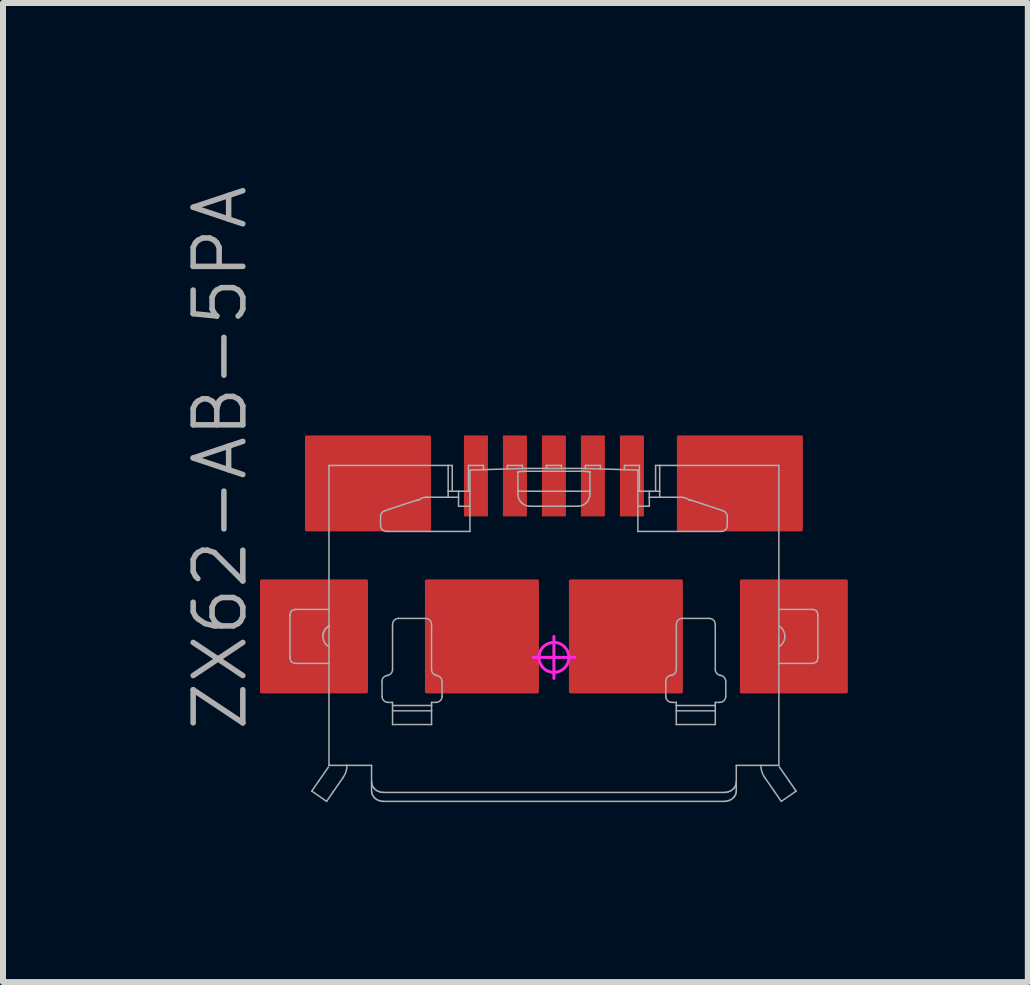
<source format=kicad_pcb>
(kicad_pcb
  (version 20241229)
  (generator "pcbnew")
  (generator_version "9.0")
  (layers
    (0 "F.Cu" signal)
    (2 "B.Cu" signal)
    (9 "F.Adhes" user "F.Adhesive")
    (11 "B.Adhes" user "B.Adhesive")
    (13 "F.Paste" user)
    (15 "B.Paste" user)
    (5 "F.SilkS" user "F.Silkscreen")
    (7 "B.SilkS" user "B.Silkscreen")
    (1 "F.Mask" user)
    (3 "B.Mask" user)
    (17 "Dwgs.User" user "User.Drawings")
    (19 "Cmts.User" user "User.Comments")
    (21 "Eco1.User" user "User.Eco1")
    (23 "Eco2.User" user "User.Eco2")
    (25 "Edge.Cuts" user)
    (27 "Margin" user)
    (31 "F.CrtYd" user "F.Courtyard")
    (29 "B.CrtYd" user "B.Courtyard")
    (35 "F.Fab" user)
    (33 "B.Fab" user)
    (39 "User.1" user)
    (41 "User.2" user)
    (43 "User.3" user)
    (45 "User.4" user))
  (footprint "ZX62-AB-5PA"
    (layer "F.Cu")
    (at 6.184 7.909)
    (property "Reference" "ZX62-AB-5PA" (at -5.08 1.27 90) (layer "F.Fab") (effects (font (size 0.828 0.828) (thickness 0.092)) (justify left bottom)))
    (fp_line (start 0 -0.35) (end 0 0.35) (stroke (width 0.05) (type solid)) (layer "F.CrtYd"))
    (fp_line (start 0.35 0) (end -0.35 0) (stroke (width 0.05) (type solid)) (layer "F.CrtYd"))
    (fp_circle (center 0 0) (end 0.25 0) (stroke (width 0.05) (type solid)) (fill no) (layer "F.CrtYd"))
    (fp_line (start -4.4 0) (end -4.4 -0.7) (stroke (width 0.025) (type solid)) (layer "F.Fab"))
    (fp_line (start -4.304 -0.8) (end -3.75 -0.8) (stroke (width 0.025) (type solid)) (layer "F.Fab"))
    (fp_line (start -4.037 2.229) (end -3.79 2.4) (stroke (width 0.025) (type solid)) (layer "F.Fab"))
    (fp_line (start -3.923 2.064) (end -4.037 2.229) (stroke (width 0.025) (type solid)) (layer "F.Fab"))
    (fp_line (start -3.79 2.4) (end -3.676 2.235) (stroke (width 0.025) (type solid)) (layer "F.Fab"))
    (fp_line (start -3.759 1.828) (end -3.923 2.064) (stroke (width 0.025) (type solid)) (layer "F.Fab"))
    (fp_line (start -3.75 -3.2) (end -3.75 -0.8) (stroke (width 0.025) (type solid)) (layer "F.Fab"))
    (fp_line (start -3.75 -0.8) (end -3.75 -0.524) (stroke (width 0.025) (type solid)) (layer "F.Fab"))
    (fp_line (start -3.75 -0.524) (end -3.75 -0.523) (stroke (width 0.025) (type solid)) (layer "F.Fab"))
    (fp_line (start -3.75 -0.523) (end -3.75 0.1) (stroke (width 0.025) (type solid)) (layer "F.Fab"))
    (fp_line (start -3.75 0.1) (end -4.304 0.1) (stroke (width 0.025) (type solid)) (layer "F.Fab"))
    (fp_line (start -3.75 0.1) (end -3.75 1.8) (stroke (width 0.025) (type solid)) (layer "F.Fab"))
    (fp_line (start -3.75 1.8) (end -3.45 1.8) (stroke (width 0.025) (type solid)) (layer "F.Fab"))
    (fp_line (start -3.676 2.235) (end -3.512 1.999) (stroke (width 0.025) (type solid)) (layer "F.Fab"))
    (fp_line (start -3.45 1.8) (end -3.04 1.8) (stroke (width 0.025) (type solid)) (layer "F.Fab"))
    (fp_line (start -3.04 1.8) (end -3.04 2.077) (stroke (width 0.025) (type solid)) (layer "F.Fab"))
    (fp_line (start -3.04 2.077) (end -3.04 2.226) (stroke (width 0.025) (type solid)) (layer "F.Fab"))
    (fp_line (start -3.04 2.226) (end -3.037 2.253) (stroke (width 0.025) (type solid)) (layer "F.Fab"))
    (fp_line (start -3.037 2.105) (end -3.04 2.077) (stroke (width 0.025) (type solid)) (layer "F.Fab"))
    (fp_line (start -3.037 2.253) (end -3.03 2.28) (stroke (width 0.025) (type solid)) (layer "F.Fab"))
    (fp_line (start -3.03 2.131) (end -3.037 2.105) (stroke (width 0.025) (type solid)) (layer "F.Fab"))
    (fp_line (start -3.03 2.28) (end -3.018 2.305) (stroke (width 0.025) (type solid)) (layer "F.Fab"))
    (fp_line (start -3.018 2.156) (end -3.03 2.131) (stroke (width 0.025) (type solid)) (layer "F.Fab"))
    (fp_line (start -3.018 2.305) (end -3.002 2.328) (stroke (width 0.025) (type solid)) (layer "F.Fab"))
    (fp_line (start -3.002 2.18) (end -3.018 2.156) (stroke (width 0.025) (type solid)) (layer "F.Fab"))
    (fp_line (start -3.002 2.328) (end -2.981 2.349) (stroke (width 0.025) (type solid)) (layer "F.Fab"))
    (fp_line (start -2.981 2.2) (end -3.002 2.18) (stroke (width 0.025) (type solid)) (layer "F.Fab"))
    (fp_line (start -2.981 2.349) (end -2.958 2.367) (stroke (width 0.025) (type solid)) (layer "F.Fab"))
    (fp_line (start -2.958 2.218) (end -2.981 2.2) (stroke (width 0.025) (type solid)) (layer "F.Fab"))
    (fp_line (start -2.958 2.367) (end -2.931 2.381) (stroke (width 0.025) (type solid)) (layer "F.Fab"))
    (fp_line (start -2.931 2.232) (end -2.958 2.218) (stroke (width 0.025) (type solid)) (layer "F.Fab"))
    (fp_line (start -2.931 2.381) (end -2.902 2.391) (stroke (width 0.025) (type solid)) (layer "F.Fab"))
    (fp_line (start -2.902 2.243) (end -2.931 2.232) (stroke (width 0.025) (type solid)) (layer "F.Fab"))
    (fp_line (start -2.902 2.391) (end -2.871 2.398) (stroke (width 0.025) (type solid)) (layer "F.Fab"))
    (fp_line (start -2.89 -2.348) (end -2.89 -2.2) (stroke (width 0.025) (type solid)) (layer "F.Fab"))
    (fp_line (start -2.871 2.249) (end -2.902 2.243) (stroke (width 0.025) (type solid)) (layer "F.Fab"))
    (fp_line (start -2.871 2.398) (end -2.84 2.4) (stroke (width 0.025) (type solid)) (layer "F.Fab"))
    (fp_line (start -2.865 0.65) (end -2.865 0.4) (stroke (width 0.025) (type solid)) (layer "F.Fab"))
    (fp_line (start -2.84 2.251) (end -2.871 2.249) (stroke (width 0.025) (type solid)) (layer "F.Fab"))
    (fp_line (start -2.84 2.4) (end 2.84 2.4) (stroke (width 0.025) (type solid)) (layer "F.Fab"))
    (fp_line (start -2.79 -2.1) (end -1.4 -2.1) (stroke (width 0.025) (type solid)) (layer "F.Fab"))
    (fp_line (start -2.755 -2.466) (end -2.822 -2.443) (stroke (width 0.025) (type solid)) (layer "F.Fab"))
    (fp_line (start -2.69 0.201) (end -2.69 -0.55) (stroke (width 0.025) (type solid)) (layer "F.Fab"))
    (fp_line (start -2.69 0.75) (end -2.765 0.75) (stroke (width 0.025) (type solid)) (layer "F.Fab"))
    (fp_line (start -2.69 0.802) (end -2.69 0.75) (stroke (width 0.025) (type solid)) (layer "F.Fab"))
    (fp_line (start -2.69 0.89) (end -2.69 0.802) (stroke (width 0.025) (type solid)) (layer "F.Fab"))
    (fp_line (start -2.69 1.119) (end -2.69 0.89) (stroke (width 0.025) (type solid)) (layer "F.Fab"))
    (fp_line (start -2.59 -0.65) (end -2.14 -0.65) (stroke (width 0.025) (type solid)) (layer "F.Fab"))
    (fp_line (start -2.5 -2.551) (end -2.755 -2.466) (stroke (width 0.025) (type solid)) (layer "F.Fab"))
    (fp_line (start -2.29 -2.62) (end -2.5 -2.551) (stroke (width 0.025) (type solid)) (layer "F.Fab"))
    (fp_line (start -2.258 -2.62) (end -2.29 -2.62) (stroke (width 0.025) (type solid)) (layer "F.Fab"))
    (fp_line (start -2.04 -0.55) (end -2.04 0.201) (stroke (width 0.025) (type solid)) (layer "F.Fab"))
    (fp_line (start -2.04 0.75) (end -2.04 0.802) (stroke (width 0.025) (type solid)) (layer "F.Fab"))
    (fp_line (start -2.04 0.802) (end -2.69 0.802) (stroke (width 0.025) (type solid)) (layer "F.Fab"))
    (fp_line (start -2.04 0.802) (end -2.04 0.89) (stroke (width 0.025) (type solid)) (layer "F.Fab"))
    (fp_line (start -2.04 0.89) (end -2.69 0.89) (stroke (width 0.025) (type solid)) (layer "F.Fab"))
    (fp_line (start -2.04 0.89) (end -2.04 1.119) (stroke (width 0.025) (type solid)) (layer "F.Fab"))
    (fp_line (start -2.04 1.119) (end -2.69 1.119) (stroke (width 0.025) (type solid)) (layer "F.Fab"))
    (fp_line (start -1.965 0.75) (end -2.04 0.75) (stroke (width 0.025) (type solid)) (layer "F.Fab"))
    (fp_line (start -1.865 0.4) (end -1.865 0.65) (stroke (width 0.025) (type solid)) (layer "F.Fab"))
    (fp_line (start -1.763 -3.2) (end -3.75 -3.2) (stroke (width 0.025) (type solid)) (layer "F.Fab"))
    (fp_line (start -1.763 -3.2) (end -1.695 -3.2) (stroke (width 0.025) (type solid)) (layer "F.Fab"))
    (fp_line (start -1.763 -2.77) (end -1.763 -3.2) (stroke (width 0.025) (type solid)) (layer "F.Fab"))
    (fp_line (start -1.763 -2.77) (end -1.763 -2.67) (stroke (width 0.025) (type solid)) (layer "F.Fab"))
    (fp_line (start -1.763 -2.77) (end -1.59 -2.77) (stroke (width 0.025) (type solid)) (layer "F.Fab"))
    (fp_line (start -1.763 -2.67) (end -2.112 -2.67) (stroke (width 0.025) (type solid)) (layer "F.Fab"))
    (fp_line (start -1.695 -3.2) (end -1.695 -2.77) (stroke (width 0.025) (type solid)) (layer "F.Fab"))
    (fp_line (start -1.59 -2.77) (end -1.59 -2.67) (stroke (width 0.025) (type solid)) (layer "F.Fab"))
    (fp_line (start -1.59 -2.77) (end -1.4 -2.77) (stroke (width 0.025) (type solid)) (layer "F.Fab"))
    (fp_line (start -1.59 -2.67) (end -1.763 -2.67) (stroke (width 0.025) (type solid)) (layer "F.Fab"))
    (fp_line (start -1.59 -2.52) (end -1.59 -2.67) (stroke (width 0.025) (type solid)) (layer "F.Fab"))
    (fp_line (start -1.425 -3.2) (end -1.175 -3.2) (stroke (width 0.025) (type solid)) (layer "F.Fab"))
    (fp_line (start -1.425 -2.77) (end -1.425 -3.2) (stroke (width 0.025) (type solid)) (layer "F.Fab"))
    (fp_line (start -1.4 -3.123) (end -1.4 -2.77) (stroke (width 0.025) (type solid)) (layer "F.Fab"))
    (fp_line (start -1.4 -2.52) (end -1.59 -2.52) (stroke (width 0.025) (type solid)) (layer "F.Fab"))
    (fp_line (start -1.4 -2.1) (end -1.4 -2.77) (stroke (width 0.025) (type solid)) (layer "F.Fab"))
    (fp_line (start -1.175 -3.13) (end -1.175 -3.2) (stroke (width 0.025) (type solid)) (layer "F.Fab"))
    (fp_line (start -0.775 -3.2) (end -0.775 -3.142) (stroke (width 0.025) (type solid)) (layer "F.Fab"))
    (fp_line (start -0.775 -3.2) (end -0.525 -3.2) (stroke (width 0.025) (type solid)) (layer "F.Fab"))
    (fp_line (start -0.6 -3.092) (end -0.597 -3.094) (stroke (width 0.025) (type solid)) (layer "F.Fab"))
    (fp_line (start -0.6 -2.77) (end -0.6 -3.092) (stroke (width 0.025) (type solid)) (layer "F.Fab"))
    (fp_line (start -0.6 -2.77) (end 0.6 -2.77) (stroke (width 0.025) (type solid)) (layer "F.Fab"))
    (fp_line (start -0.6 -2.72) (end -0.6 -2.77) (stroke (width 0.025) (type solid)) (layer "F.Fab"))
    (fp_line (start -0.597 -3.094) (end -0.59 -3.096) (stroke (width 0.025) (type solid)) (layer "F.Fab"))
    (fp_line (start -0.59 -3.096) (end -0.578 -3.097) (stroke (width 0.025) (type solid)) (layer "F.Fab"))
    (fp_line (start -0.578 -3.097) (end -0.562 -3.099) (stroke (width 0.025) (type solid)) (layer "F.Fab"))
    (fp_line (start -0.562 -3.099) (end -0.541 -3.1) (stroke (width 0.025) (type solid)) (layer "F.Fab"))
    (fp_line (start -0.541 -3.1) (end -0.518 -3.101) (stroke (width 0.025) (type solid)) (layer "F.Fab"))
    (fp_line (start -0.525 -3.15) (end -0.525 -3.2) (stroke (width 0.025) (type solid)) (layer "F.Fab"))
    (fp_line (start -0.518 -3.101) (end -0.491 -3.102) (stroke (width 0.025) (type solid)) (layer "F.Fab"))
    (fp_line (start -0.5 -3.15) (end -1.4 -3.123) (stroke (width 0.025) (type solid)) (layer "F.Fab"))
    (fp_line (start -0.491 -3.102) (end -0.462 -3.103) (stroke (width 0.025) (type solid)) (layer "F.Fab"))
    (fp_line (start -0.462 -3.103) (end 0.462 -3.103) (stroke (width 0.025) (type solid)) (layer "F.Fab"))
    (fp_line (start -0.125 -3.2) (end -0.125 -3.15) (stroke (width 0.025) (type solid)) (layer "F.Fab"))
    (fp_line (start -0.125 -3.2) (end 0.125 -3.2) (stroke (width 0.025) (type solid)) (layer "F.Fab"))
    (fp_line (start 0.125 -3.15) (end 0.125 -3.2) (stroke (width 0.025) (type solid)) (layer "F.Fab"))
    (fp_line (start 0.4 -2.52) (end -0.4 -2.52) (stroke (width 0.025) (type solid)) (layer "F.Fab"))
    (fp_line (start 0.462 -3.103) (end 0.491 -3.102) (stroke (width 0.025) (type solid)) (layer "F.Fab"))
    (fp_line (start 0.491 -3.102) (end 0.518 -3.101) (stroke (width 0.025) (type solid)) (layer "F.Fab"))
    (fp_line (start 0.5 -3.15) (end -0.5 -3.15) (stroke (width 0.025) (type solid)) (layer "F.Fab"))
    (fp_line (start 0.518 -3.101) (end 0.541 -3.1) (stroke (width 0.025) (type solid)) (layer "F.Fab"))
    (fp_line (start 0.525 -3.2) (end 0.525 -3.15) (stroke (width 0.025) (type solid)) (layer "F.Fab"))
    (fp_line (start 0.525 -3.2) (end 0.775 -3.2) (stroke (width 0.025) (type solid)) (layer "F.Fab"))
    (fp_line (start 0.541 -3.1) (end 0.562 -3.099) (stroke (width 0.025) (type solid)) (layer "F.Fab"))
    (fp_line (start 0.562 -3.099) (end 0.578 -3.097) (stroke (width 0.025) (type solid)) (layer "F.Fab"))
    (fp_line (start 0.578 -3.097) (end 0.59 -3.096) (stroke (width 0.025) (type solid)) (layer "F.Fab"))
    (fp_line (start 0.59 -3.096) (end 0.598 -3.094) (stroke (width 0.025) (type solid)) (layer "F.Fab"))
    (fp_line (start 0.598 -3.094) (end 0.6 -3.092) (stroke (width 0.025) (type solid)) (layer "F.Fab"))
    (fp_line (start 0.6 -3.092) (end 0.6 -2.77) (stroke (width 0.025) (type solid)) (layer "F.Fab"))
    (fp_line (start 0.6 -2.77) (end 0.6 -2.72) (stroke (width 0.025) (type solid)) (layer "F.Fab"))
    (fp_line (start 0.775 -3.142) (end 0.775 -3.2) (stroke (width 0.025) (type solid)) (layer "F.Fab"))
    (fp_line (start 1.175 -3.2) (end 1.175 -3.13) (stroke (width 0.025) (type solid)) (layer "F.Fab"))
    (fp_line (start 1.175 -3.2) (end 1.425 -3.2) (stroke (width 0.025) (type solid)) (layer "F.Fab"))
    (fp_line (start 1.4 -3.123) (end 0.5 -3.15) (stroke (width 0.025) (type solid)) (layer "F.Fab"))
    (fp_line (start 1.4 -2.77) (end 1.4 -3.123) (stroke (width 0.025) (type solid)) (layer "F.Fab"))
    (fp_line (start 1.4 -2.77) (end 1.59 -2.77) (stroke (width 0.025) (type solid)) (layer "F.Fab"))
    (fp_line (start 1.4 -2.52) (end 1.4 -2.77) (stroke (width 0.025) (type solid)) (layer "F.Fab"))
    (fp_line (start 1.4 -2.1) (end 1.4 -2.52) (stroke (width 0.025) (type solid)) (layer "F.Fab"))
    (fp_line (start 1.425 -3.2) (end 1.425 -2.77) (stroke (width 0.025) (type solid)) (layer "F.Fab"))
    (fp_line (start 1.59 -2.77) (end 1.59 -2.67) (stroke (width 0.025) (type solid)) (layer "F.Fab"))
    (fp_line (start 1.59 -2.67) (end 1.59 -2.52) (stroke (width 0.025) (type solid)) (layer "F.Fab"))
    (fp_line (start 1.59 -2.67) (end 2.112 -2.67) (stroke (width 0.025) (type solid)) (layer "F.Fab"))
    (fp_line (start 1.59 -2.52) (end 1.4 -2.52) (stroke (width 0.025) (type solid)) (layer "F.Fab"))
    (fp_line (start 1.695 -3.2) (end 1.695 -2.77) (stroke (width 0.025) (type solid)) (layer "F.Fab"))
    (fp_line (start 1.763 -3.2) (end 1.695 -3.2) (stroke (width 0.025) (type solid)) (layer "F.Fab"))
    (fp_line (start 1.763 -3.2) (end 1.763 -2.77) (stroke (width 0.025) (type solid)) (layer "F.Fab"))
    (fp_line (start 1.763 -2.77) (end 1.59 -2.77) (stroke (width 0.025) (type solid)) (layer "F.Fab"))
    (fp_line (start 1.763 -2.77) (end 1.763 -2.67) (stroke (width 0.025) (type solid)) (layer "F.Fab"))
    (fp_line (start 1.865 0.65) (end 1.865 0.4) (stroke (width 0.025) (type solid)) (layer "F.Fab"))
    (fp_line (start 2.04 0.201) (end 2.04 -0.55) (stroke (width 0.025) (type solid)) (layer "F.Fab"))
    (fp_line (start 2.04 0.75) (end 1.965 0.75) (stroke (width 0.025) (type solid)) (layer "F.Fab"))
    (fp_line (start 2.04 0.802) (end 2.04 0.75) (stroke (width 0.025) (type solid)) (layer "F.Fab"))
    (fp_line (start 2.04 0.802) (end 2.69 0.802) (stroke (width 0.025) (type solid)) (layer "F.Fab"))
    (fp_line (start 2.04 0.89) (end 2.04 0.802) (stroke (width 0.025) (type solid)) (layer "F.Fab"))
    (fp_line (start 2.04 0.89) (end 2.69 0.89) (stroke (width 0.025) (type solid)) (layer "F.Fab"))
    (fp_line (start 2.04 1.119) (end 2.04 0.89) (stroke (width 0.025) (type solid)) (layer "F.Fab"))
    (fp_line (start 2.14 -0.65) (end 2.59 -0.65) (stroke (width 0.025) (type solid)) (layer "F.Fab"))
    (fp_line (start 2.258 -2.62) (end 2.29 -2.62) (stroke (width 0.025) (type solid)) (layer "F.Fab"))
    (fp_line (start 2.29 -2.62) (end 2.5 -2.551) (stroke (width 0.025) (type solid)) (layer "F.Fab"))
    (fp_line (start 2.5 -2.551) (end 2.755 -2.466) (stroke (width 0.025) (type solid)) (layer "F.Fab"))
    (fp_line (start 2.69 -0.55) (end 2.69 0.201) (stroke (width 0.025) (type solid)) (layer "F.Fab"))
    (fp_line (start 2.69 0.75) (end 2.69 0.802) (stroke (width 0.025) (type solid)) (layer "F.Fab"))
    (fp_line (start 2.69 0.802) (end 2.69 0.89) (stroke (width 0.025) (type solid)) (layer "F.Fab"))
    (fp_line (start 2.69 0.89) (end 2.69 1.119) (stroke (width 0.025) (type solid)) (layer "F.Fab"))
    (fp_line (start 2.69 1.119) (end 2.04 1.119) (stroke (width 0.025) (type solid)) (layer "F.Fab"))
    (fp_line (start 2.755 -2.466) (end 2.822 -2.443) (stroke (width 0.025) (type solid)) (layer "F.Fab"))
    (fp_line (start 2.764 0.75) (end 2.69 0.75) (stroke (width 0.025) (type solid)) (layer "F.Fab"))
    (fp_line (start 2.765 0.75) (end 2.764 0.75) (stroke (width 0.025) (type solid)) (layer "F.Fab"))
    (fp_line (start 2.79 -2.1) (end 1.4 -2.1) (stroke (width 0.025) (type solid)) (layer "F.Fab"))
    (fp_line (start 2.84 2.251) (end -2.84 2.251) (stroke (width 0.025) (type solid)) (layer "F.Fab"))
    (fp_line (start 2.84 2.4) (end 2.871 2.398) (stroke (width 0.025) (type solid)) (layer "F.Fab"))
    (fp_line (start 2.865 0.4) (end 2.865 0.65) (stroke (width 0.025) (type solid)) (layer "F.Fab"))
    (fp_line (start 2.871 2.249) (end 2.84 2.251) (stroke (width 0.025) (type solid)) (layer "F.Fab"))
    (fp_line (start 2.871 2.398) (end 2.902 2.391) (stroke (width 0.025) (type solid)) (layer "F.Fab"))
    (fp_line (start 2.89 -2.348) (end 2.89 -2.2) (stroke (width 0.025) (type solid)) (layer "F.Fab"))
    (fp_line (start 2.902 2.243) (end 2.871 2.249) (stroke (width 0.025) (type solid)) (layer "F.Fab"))
    (fp_line (start 2.902 2.391) (end 2.931 2.381) (stroke (width 0.025) (type solid)) (layer "F.Fab"))
    (fp_line (start 2.931 2.232) (end 2.902 2.243) (stroke (width 0.025) (type solid)) (layer "F.Fab"))
    (fp_line (start 2.931 2.381) (end 2.958 2.367) (stroke (width 0.025) (type solid)) (layer "F.Fab"))
    (fp_line (start 2.958 2.218) (end 2.931 2.232) (stroke (width 0.025) (type solid)) (layer "F.Fab"))
    (fp_line (start 2.958 2.367) (end 2.981 2.349) (stroke (width 0.025) (type solid)) (layer "F.Fab"))
    (fp_line (start 2.981 2.2) (end 2.958 2.218) (stroke (width 0.025) (type solid)) (layer "F.Fab"))
    (fp_line (start 2.981 2.349) (end 3.002 2.328) (stroke (width 0.025) (type solid)) (layer "F.Fab"))
    (fp_line (start 3.002 2.18) (end 2.981 2.2) (stroke (width 0.025) (type solid)) (layer "F.Fab"))
    (fp_line (start 3.002 2.328) (end 3.018 2.305) (stroke (width 0.025) (type solid)) (layer "F.Fab"))
    (fp_line (start 3.018 2.156) (end 3.002 2.18) (stroke (width 0.025) (type solid)) (layer "F.Fab"))
    (fp_line (start 3.018 2.305) (end 3.03 2.28) (stroke (width 0.025) (type solid)) (layer "F.Fab"))
    (fp_line (start 3.03 2.131) (end 3.018 2.156) (stroke (width 0.025) (type solid)) (layer "F.Fab"))
    (fp_line (start 3.03 2.28) (end 3.038 2.253) (stroke (width 0.025) (type solid)) (layer "F.Fab"))
    (fp_line (start 3.038 2.105) (end 3.03 2.131) (stroke (width 0.025) (type solid)) (layer "F.Fab"))
    (fp_line (start 3.038 2.253) (end 3.04 2.226) (stroke (width 0.025) (type solid)) (layer "F.Fab"))
    (fp_line (start 3.04 1.8) (end 3.75 1.8) (stroke (width 0.025) (type solid)) (layer "F.Fab"))
    (fp_line (start 3.04 2.077) (end 3.038 2.105) (stroke (width 0.025) (type solid)) (layer "F.Fab"))
    (fp_line (start 3.04 2.077) (end 3.04 1.8) (stroke (width 0.025) (type solid)) (layer "F.Fab"))
    (fp_line (start 3.04 2.226) (end 3.04 2.077) (stroke (width 0.025) (type solid)) (layer "F.Fab"))
    (fp_line (start 3.512 1.999) (end 3.676 2.235) (stroke (width 0.025) (type solid)) (layer "F.Fab"))
    (fp_line (start 3.676 2.235) (end 3.79 2.4) (stroke (width 0.025) (type solid)) (layer "F.Fab"))
    (fp_line (start 3.75 -3.2) (end 1.763 -3.2) (stroke (width 0.025) (type solid)) (layer "F.Fab"))
    (fp_line (start 3.75 -0.8) (end 4.304 -0.8) (stroke (width 0.025) (type solid)) (layer "F.Fab"))
    (fp_line (start 3.75 1.8) (end 3.75 -3.2) (stroke (width 0.025) (type solid)) (layer "F.Fab"))
    (fp_line (start 3.79 2.4) (end 4.037 2.229) (stroke (width 0.025) (type solid)) (layer "F.Fab"))
    (fp_line (start 3.923 2.064) (end 3.759 1.828) (stroke (width 0.025) (type solid)) (layer "F.Fab"))
    (fp_line (start 4.037 2.229) (end 3.923 2.064) (stroke (width 0.025) (type solid)) (layer "F.Fab"))
    (fp_line (start 4.304 0.1) (end 3.75 0.1) (stroke (width 0.025) (type solid)) (layer "F.Fab"))
    (fp_line (start 4.4 -0.7) (end 4.4 0) (stroke (width 0.025) (type solid)) (layer "F.Fab"))
    (fp_arc (start -4.400103 -0.700003) (mid -4.40006 -0.701502) (end -4.4 -0.703) (stroke (width 0.025) (type solid)) (layer "F.Fab"))
    (fp_arc (start -4.400015 0.002) (mid -4.400011 0.001) (end -4.4 0) (stroke (width 0.025) (type solid)) (layer "F.Fab"))
    (fp_arc (start -4.399471 -0.703) (mid -4.394507 -0.738366) (end -4.38 -0.771) (stroke (width 0.025) (type solid)) (layer "F.Fab"))
    (fp_arc (start -4.380446 0.070278) (mid -4.395014 0.037511) (end -4.4 0.002) (stroke (width 0.025) (type solid)) (layer "F.Fab"))
    (fp_arc (start -4.379915 -0.770896) (mid -4.344409 -0.791843) (end -4.304 -0.8) (stroke (width 0.025) (type solid)) (layer "F.Fab"))
    (fp_arc (start -4.304003 0.099134) (mid -4.344456 0.090969) (end -4.38 0.07) (stroke (width 0.025) (type solid)) (layer "F.Fab"))
    (fp_arc (start -3.850687 -0.35) (mid -3.823701 -0.450516) (end -3.75 -0.524) (stroke (width 0.025) (type solid)) (layer "F.Fab"))
    (fp_arc (start -3.849821 -0.35) (mid -3.823076 -0.449867) (end -3.75 -0.523) (stroke (width 0.025) (type solid)) (layer "F.Fab"))
    (fp_arc (start -3.750089 -0.175842) (mid -3.823482 -0.249475) (end -3.85 -0.35) (stroke (width 0.025) (type solid)) (layer "F.Fab"))
    (fp_arc (start -3.449934 1.8) (mid -3.465811 1.904227) (end -3.512 1.999) (stroke (width 0.025) (type solid)) (layer "F.Fab"))
    (fp_arc (start -2.890243 -2.348) (mid -2.871414 -2.406485) (end -2.822 -2.443) (stroke (width 0.025) (type solid)) (layer "F.Fab"))
    (fp_arc (start -2.867 0.401) (mid -2.837711 0.330289) (end -2.767 0.301) (stroke (width 0.025) (type solid)) (layer "F.Fab"))
    (fp_arc (start -2.79 -2.1) (mid -2.860711 -2.129289) (end -2.89 -2.2) (stroke (width 0.025) (type solid)) (layer "F.Fab"))
    (fp_arc (start -2.765 0.75) (mid -2.835711 0.720711) (end -2.865 0.65) (stroke (width 0.025) (type solid)) (layer "F.Fab"))
    (fp_arc (start -2.690148 0.201) (mid -2.714939 0.266849) (end -2.777 0.3) (stroke (width 0.025) (type solid)) (layer "F.Fab"))
    (fp_arc (start -2.69 -0.55) (mid -2.660711 -0.620711) (end -2.59 -0.65) (stroke (width 0.025) (type solid)) (layer "F.Fab"))
    (fp_arc (start -2.258584 -2.620515) (mid -2.194808 -2.657975) (end -2.122 -2.671) (stroke (width 0.025) (type solid)) (layer "F.Fab"))
    (fp_arc (start -2.14 -0.65) (mid -2.069289 -0.620711) (end -2.04 -0.55) (stroke (width 0.025) (type solid)) (layer "F.Fab"))
    (fp_arc (start -2.122 -2.67024) (mid -2.116999 -2.67018) (end -2.112 -2.67) (stroke (width 0.025) (type solid)) (layer "F.Fab"))
    (fp_arc (start -1.966 0.301) (mid -1.895289 0.330289) (end -1.866 0.401) (stroke (width 0.025) (type solid)) (layer "F.Fab"))
    (fp_arc (start -1.952034 0.300272) (mid -2.014844 0.267319) (end -2.04 0.201) (stroke (width 0.025) (type solid)) (layer "F.Fab"))
    (fp_arc (start -1.864 0.649) (mid -1.893289 0.719711) (end -1.964 0.749) (stroke (width 0.025) (type solid)) (layer "F.Fab"))
    (fp_arc (start -0.542421 -2.579584) (mid -0.585046 -2.644119) (end -0.6 -2.72) (stroke (width 0.025) (type solid)) (layer "F.Fab"))
    (fp_arc (start -0.4 -2.520589) (mid -0.476964 -2.536041) (end -0.542 -2.58) (stroke (width 0.025) (type solid)) (layer "F.Fab"))
    (fp_arc (start 0.542421 -2.579584) (mid 0.477191 -2.535496) (end 0.4 -2.52) (stroke (width 0.025) (type solid)) (layer "F.Fab"))
    (fp_arc (start 0.599408 -2.72) (mid 0.584499 -2.644343) (end 0.542 -2.58) (stroke (width 0.025) (type solid)) (layer "F.Fab"))
    (fp_arc (start 1.864 0.398) (mid 1.893289 0.327289) (end 1.964 0.298) (stroke (width 0.025) (type solid)) (layer "F.Fab"))
    (fp_arc (start 1.965 0.75) (mid 1.894289 0.720711) (end 1.865 0.65) (stroke (width 0.025) (type solid)) (layer "F.Fab"))
    (fp_arc (start 2.039851 0.200999) (mid 2.015061 0.266848) (end 1.953 0.3) (stroke (width 0.025) (type solid)) (layer "F.Fab"))
    (fp_arc (start 2.04 -0.55) (mid 2.069289 -0.620711) (end 2.14 -0.65) (stroke (width 0.025) (type solid)) (layer "F.Fab"))
    (fp_arc (start 2.122 -2.670228) (mid 2.19449 -2.65727) (end 2.258 -2.62) (stroke (width 0.025) (type solid)) (layer "F.Fab"))
    (fp_arc (start 2.59 -0.65) (mid 2.660711 -0.620711) (end 2.69 -0.55) (stroke (width 0.025) (type solid)) (layer "F.Fab"))
    (fp_arc (start 2.764 0.299) (mid 2.834711 0.328289) (end 2.864 0.399) (stroke (width 0.025) (type solid)) (layer "F.Fab"))
    (fp_arc (start 2.777966 0.300271) (mid 2.715156 0.267318) (end 2.69 0.201) (stroke (width 0.025) (type solid)) (layer "F.Fab"))
    (fp_arc (start 2.821921 -2.442767) (mid 2.871216 -2.406343) (end 2.89 -2.348) (stroke (width 0.025) (type solid)) (layer "F.Fab"))
    (fp_arc (start 2.864 0.65) (mid 2.834711 0.720711) (end 2.764 0.75) (stroke (width 0.025) (type solid)) (layer "F.Fab"))
    (fp_arc (start 2.89 -2.2) (mid 2.860711 -2.129289) (end 2.79 -2.1) (stroke (width 0.025) (type solid)) (layer "F.Fab"))
    (fp_arc (start 3.512053 1.998962) (mid 3.465873 1.904207) (end 3.45 1.8) (stroke (width 0.025) (type solid)) (layer "F.Fab"))
    (fp_arc (start 3.750089 -0.524156) (mid 3.823482 -0.450524) (end 3.85 -0.35) (stroke (width 0.025) (type solid)) (layer "F.Fab"))
    (fp_arc (start 3.84982 -0.35) (mid 3.823076 -0.250134) (end 3.75 -0.177) (stroke (width 0.025) (type solid)) (layer "F.Fab"))
    (fp_arc (start 4.303993 -0.800781) (mid 4.34503 -0.792441) (end 4.381 -0.771) (stroke (width 0.025) (type solid)) (layer "F.Fab"))
    (fp_arc (start 4.380728 -0.770831) (mid 4.395089 -0.738258) (end 4.4 -0.703) (stroke (width 0.025) (type solid)) (layer "F.Fab"))
    (fp_arc (start 4.381143 0.070168) (mid 4.345109 0.091646) (end 4.304 0.1) (stroke (width 0.025) (type solid)) (layer "F.Fab"))
    (fp_arc (start 4.399984 0) (mid 4.399996 0.001) (end 4.4 0.002) (stroke (width 0.025) (type solid)) (layer "F.Fab"))
    (fp_arc (start 4.400034 -0.703) (mid 4.400026 -0.7015) (end 4.4 -0.7) (stroke (width 0.025) (type solid)) (layer "F.Fab"))
    (fp_arc (start 4.400321 0.002) (mid 4.395397 0.037346) (end 4.381 0.07) (stroke (width 0.025) (type solid)) (layer "F.Fab"))
    (pad "1" smd roundrect (at -1.3 -3.025 180) (size 0.4 1.35) (layers "F.Cu" "F.Mask" "F.Paste") (roundrect_rratio 0.015))
    (pad "2" smd roundrect (at -0.65 -3.025 180) (size 0.4 1.35) (layers "F.Cu" "F.Mask" "F.Paste") (roundrect_rratio 0.015))
    (pad "3" smd roundrect (at 0 -3.025 180) (size 0.4 1.35) (layers "F.Cu" "F.Mask" "F.Paste") (roundrect_rratio 0.015))
    (pad "4" smd roundrect (at 0.65 -3.025 180) (size 0.4 1.35) (layers "F.Cu" "F.Mask" "F.Paste") (roundrect_rratio 0.015))
    (pad "5" smd roundrect (at 1.3 -3.025 180) (size 0.4 1.35) (layers "F.Cu" "F.Mask" "F.Paste") (roundrect_rratio 0.015))
    (pad "6" smd roundrect (at 3.1 -2.9 180) (size 2.1 1.6) (layers "F.Cu" "F.Mask" "F.Paste") (roundrect_rratio 0.015))
    (pad "7" smd roundrect (at 4 -0.35 180) (size 1.8 1.9) (layers "F.Cu" "F.Mask" "F.Paste") (roundrect_rratio 0.015))
    (pad "8" smd roundrect (at 1.2 -0.35 180) (size 1.9 1.9) (layers "F.Cu" "F.Mask" "F.Paste") (roundrect_rratio 0.015))
    (pad "9" smd roundrect (at -1.2 -0.35 180) (size 1.9 1.9) (layers "F.Cu" "F.Mask" "F.Paste") (roundrect_rratio 0.015))
    (pad "10" smd roundrect (at -4 -0.35 180) (size 1.8 1.9) (layers "F.Cu" "F.Mask" "F.Paste") (roundrect_rratio 0.015))
    (pad "11" smd roundrect (at -3.1 -2.9 180) (size 2.1 1.6) (layers "F.Cu" "F.Mask" "F.Paste") (roundrect_rratio 0.015)))
  (gr_rect
    (start -3 -3)
    (end 14.084 13.321)
    (stroke (width 0.1) (type default))
    (fill no)
    (layer "Edge.Cuts")))
</source>
